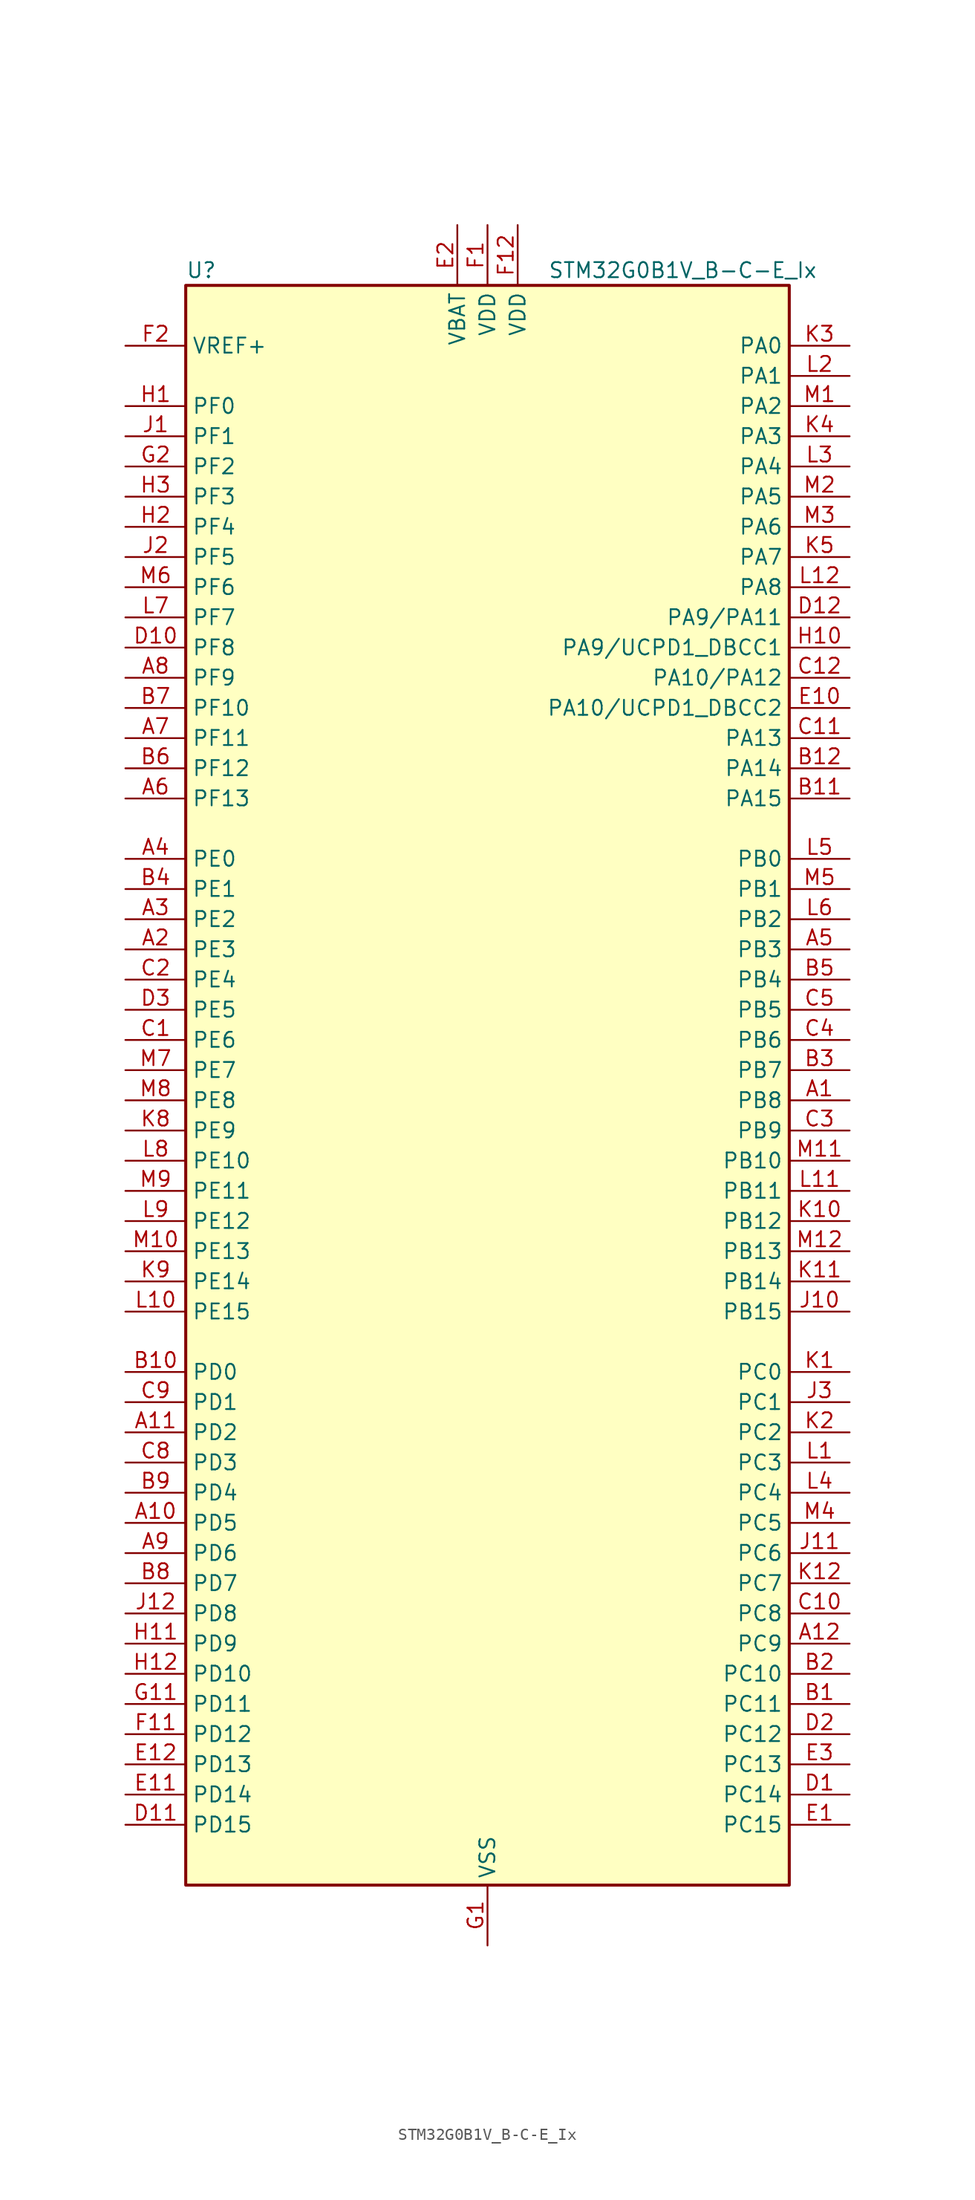
<source format=kicad_sym>
(kicad_symbol_lib
  (version 20231120)
  (generator "kicad-library-utils")
  (generator_version "8.0")
  (symbol "STM32G0B1V_B-C-E_Ix"
    (property "Reference" "U"
      (at -25.4 69.85 0)
      (effects (font (size 1.27 1.27)) (justify left)))
    (property "Value" "STM32G0B1V_B-C-E_Ix"
      (at 5.08 69.85 0)
      (effects (font (size 1.27 1.27)) (justify left)))
    (symbol "STM32G0B1V_B-C-E_Ix_0_1"
      (rectangle (start -25.4 -66.04) (end 25.4 68.58) (stroke (width 0.254) (type default)) (fill (type background))))
    (symbol "STM32G0B1V_B-C-E_Ix_1_1"
      (pin bidirectional line (at 30.48 0 180) (length 5.08) (name "PB8" (effects (font (size 1.27 1.27)))) (number "A1" (effects (font (size 1.27 1.27)))) (alternate "CEC" bidirectional line) (alternate "FDCAN1_RX" bidirectional line) (alternate "I2C1_SCL" bidirectional line) (alternate "I2S2_CK" bidirectional line) (alternate "SPI2_SCK" bidirectional line) (alternate "TIM15_BK" bidirectional line) (alternate "TIM16_CH1" bidirectional line) (alternate "TIM4_CH3" bidirectional line) (alternate "USART3_TX" bidirectional line) (alternate "USART6_TX" bidirectional line))
      (pin bidirectional line (at -30.48 -35.56 0) (length 5.08) (name "PD5" (effects (font (size 1.27 1.27)))) (number "A10" (effects (font (size 1.27 1.27)))) (alternate "I2S1_MCK" bidirectional line) (alternate "SPI1_MISO" bidirectional line) (alternate "TIM1_BK" bidirectional line) (alternate "USART2_TX" bidirectional line) (alternate "USART5_CTS" bidirectional line) (alternate "USART5_NSS" bidirectional line))
      (pin bidirectional line (at -30.48 -27.94 0) (length 5.08) (name "PD2" (effects (font (size 1.27 1.27)))) (number "A11" (effects (font (size 1.27 1.27)))) (alternate "TIM1_CH1N" bidirectional line) (alternate "TIM3_ETR" bidirectional line) (alternate "UCPD2_CC2" bidirectional line) (alternate "USART3_CK" bidirectional line) (alternate "USART3_DE" bidirectional line) (alternate "USART3_RTS" bidirectional line) (alternate "USART5_RX" bidirectional line))
      (pin bidirectional line (at 30.48 -45.72 180) (length 5.08) (name "PC9" (effects (font (size 1.27 1.27)))) (number "A12" (effects (font (size 1.27 1.27)))) (alternate "DAC1_EXTI9" bidirectional line) (alternate "I2S_CKIN" bidirectional line) (alternate "LPUART2_DE" bidirectional line) (alternate "LPUART2_RTS" bidirectional line) (alternate "TIM1_CH2" bidirectional line) (alternate "TIM3_CH4" bidirectional line) (alternate "USB_NOE" bidirectional line))
      (pin bidirectional line (at -30.48 12.7 0) (length 5.08) (name "PE3" (effects (font (size 1.27 1.27)))) (number "A2" (effects (font (size 1.27 1.27)))) (alternate "TIM3_CH1" bidirectional line))
      (pin bidirectional line (at -30.48 15.24 0) (length 5.08) (name "PE2" (effects (font (size 1.27 1.27)))) (number "A3" (effects (font (size 1.27 1.27)))) (alternate "TIM3_ETR" bidirectional line))
      (pin bidirectional line (at -30.48 20.32 0) (length 5.08) (name "PE0" (effects (font (size 1.27 1.27)))) (number "A4" (effects (font (size 1.27 1.27)))) (alternate "TIM16_CH1" bidirectional line) (alternate "TIM4_ETR" bidirectional line))
      (pin bidirectional line (at 30.48 12.7 180) (length 5.08) (name "PB3" (effects (font (size 1.27 1.27)))) (number "A5" (effects (font (size 1.27 1.27)))) (alternate "COMP2_INM" bidirectional line) (alternate "I2C2_SCL" bidirectional line) (alternate "I2C3_SCL" bidirectional line) (alternate "I2S1_CK" bidirectional line) (alternate "SPI1_SCK" bidirectional line) (alternate "SPI3_SCK" bidirectional line) (alternate "TIM1_CH2" bidirectional line) (alternate "TIM2_CH2" bidirectional line) (alternate "USART1_CK" bidirectional line) (alternate "USART1_DE" bidirectional line) (alternate "USART1_RTS" bidirectional line) (alternate "USART5_TX" bidirectional line))
      (pin bidirectional line (at -30.48 25.4 0) (length 5.08) (name "PF13" (effects (font (size 1.27 1.27)))) (number "A6" (effects (font (size 1.27 1.27)))) (alternate "TIM15_CH2" bidirectional line))
      (pin bidirectional line (at -30.48 30.48 0) (length 5.08) (name "PF11" (effects (font (size 1.27 1.27)))) (number "A7" (effects (font (size 1.27 1.27)))) (alternate "ADC1_EXTI11" bidirectional line) (alternate "USART6_CK" bidirectional line) (alternate "USART6_DE" bidirectional line) (alternate "USART6_RTS" bidirectional line))
      (pin bidirectional line (at -30.48 35.56 0) (length 5.08) (name "PF9" (effects (font (size 1.27 1.27)))) (number "A8" (effects (font (size 1.27 1.27)))) (alternate "DAC1_EXTI9" bidirectional line) (alternate "USART6_TX" bidirectional line))
      (pin bidirectional line (at -30.48 -38.1 0) (length 5.08) (name "PD6" (effects (font (size 1.27 1.27)))) (number "A9" (effects (font (size 1.27 1.27)))) (alternate "I2S1_SD" bidirectional line) (alternate "LPTIM2_OUT" bidirectional line) (alternate "SPI1_MOSI" bidirectional line) (alternate "USART2_RX" bidirectional line))
      (pin bidirectional line (at 30.48 -50.8 180) (length 5.08) (name "PC11" (effects (font (size 1.27 1.27)))) (number "B1" (effects (font (size 1.27 1.27)))) (alternate "ADC1_EXTI11" bidirectional line) (alternate "SPI3_MISO" bidirectional line) (alternate "TIM1_CH4" bidirectional line) (alternate "USART3_RX" bidirectional line) (alternate "USART4_RX" bidirectional line))
      (pin bidirectional line (at -30.48 -22.86 0) (length 5.08) (name "PD0" (effects (font (size 1.27 1.27)))) (number "B10" (effects (font (size 1.27 1.27)))) (alternate "FDCAN1_RX" bidirectional line) (alternate "I2S2_WS" bidirectional line) (alternate "SPI2_NSS" bidirectional line) (alternate "TIM16_CH1" bidirectional line) (alternate "UCPD2_CC1" bidirectional line))
      (pin bidirectional line (at 30.48 25.4 180) (length 5.08) (name "PA15" (effects (font (size 1.27 1.27)))) (number "B11" (effects (font (size 1.27 1.27)))) (alternate "I2C2_SMBA" bidirectional line) (alternate "I2S1_WS" bidirectional line) (alternate "RCC_MCO_2" bidirectional line) (alternate "SPI1_NSS" bidirectional line) (alternate "SPI3_NSS" bidirectional line) (alternate "TIM2_CH1" bidirectional line) (alternate "TIM2_ETR" bidirectional line) (alternate "USART2_RX" bidirectional line) (alternate "USART3_CK" bidirectional line) (alternate "USART3_DE" bidirectional line) (alternate "USART3_RTS" bidirectional line) (alternate "USART4_CK" bidirectional line) (alternate "USART4_DE" bidirectional line) (alternate "USART4_RTS" bidirectional line) (alternate "USB_NOE" bidirectional line))
      (pin bidirectional line (at 30.48 27.94 180) (length 5.08) (name "PA14" (effects (font (size 1.27 1.27)))) (number "B12" (effects (font (size 1.27 1.27)))) (alternate "LPUART2_TX" bidirectional line) (alternate "SYS_SWCLK" bidirectional line) (alternate "USART2_TX" bidirectional line))
      (pin bidirectional line (at 30.48 -48.26 180) (length 5.08) (name "PC10" (effects (font (size 1.27 1.27)))) (number "B2" (effects (font (size 1.27 1.27)))) (alternate "SPI3_SCK" bidirectional line) (alternate "TIM1_CH3" bidirectional line) (alternate "USART3_TX" bidirectional line) (alternate "USART4_TX" bidirectional line))
      (pin bidirectional line (at 30.48 2.54 180) (length 5.08) (name "PB7" (effects (font (size 1.27 1.27)))) (number "B3" (effects (font (size 1.27 1.27)))) (alternate "COMP2_INM" bidirectional line) (alternate "I2C1_SDA" bidirectional line) (alternate "I2S2_SD" bidirectional line) (alternate "LPTIM1_IN2" bidirectional line) (alternate "LPUART2_RX" bidirectional line) (alternate "SPI2_MOSI" bidirectional line) (alternate "SYS_PVD_IN" bidirectional line) (alternate "TIM17_CH1N" bidirectional line) (alternate "TIM4_CH2" bidirectional line) (alternate "USART1_RX" bidirectional line) (alternate "USART4_CTS" bidirectional line) (alternate "USART4_NSS" bidirectional line))
      (pin bidirectional line (at -30.48 17.78 0) (length 5.08) (name "PE1" (effects (font (size 1.27 1.27)))) (number "B4" (effects (font (size 1.27 1.27)))) (alternate "TIM17_CH1" bidirectional line))
      (pin bidirectional line (at 30.48 10.16 180) (length 5.08) (name "PB4" (effects (font (size 1.27 1.27)))) (number "B5" (effects (font (size 1.27 1.27)))) (alternate "COMP2_INP" bidirectional line) (alternate "I2C2_SDA" bidirectional line) (alternate "I2C3_SDA" bidirectional line) (alternate "I2S1_MCK" bidirectional line) (alternate "SPI1_MISO" bidirectional line) (alternate "SPI3_MISO" bidirectional line) (alternate "TIM17_BK" bidirectional line) (alternate "TIM3_CH1" bidirectional line) (alternate "USART1_CTS" bidirectional line) (alternate "USART1_NSS" bidirectional line) (alternate "USART5_RX" bidirectional line))
      (pin bidirectional line (at -30.48 27.94 0) (length 5.08) (name "PF12" (effects (font (size 1.27 1.27)))) (number "B6" (effects (font (size 1.27 1.27)))) (alternate "TIM15_CH1" bidirectional line) (alternate "USART6_CTS" bidirectional line) (alternate "USART6_NSS" bidirectional line))
      (pin bidirectional line (at -30.48 33.02 0) (length 5.08) (name "PF10" (effects (font (size 1.27 1.27)))) (number "B7" (effects (font (size 1.27 1.27)))) (alternate "USART6_RX" bidirectional line))
      (pin bidirectional line (at -30.48 -40.64 0) (length 5.08) (name "PD7" (effects (font (size 1.27 1.27)))) (number "B8" (effects (font (size 1.27 1.27)))) (alternate "RCC_MCO_2" bidirectional line))
      (pin bidirectional line (at -30.48 -33.02 0) (length 5.08) (name "PD4" (effects (font (size 1.27 1.27)))) (number "B9" (effects (font (size 1.27 1.27)))) (alternate "I2S2_SD" bidirectional line) (alternate "SPI2_MOSI" bidirectional line) (alternate "TIM1_CH3N" bidirectional line) (alternate "USART2_CK" bidirectional line) (alternate "USART2_DE" bidirectional line) (alternate "USART2_RTS" bidirectional line) (alternate "USART5_CK" bidirectional line) (alternate "USART5_DE" bidirectional line) (alternate "USART5_RTS" bidirectional line))
      (pin bidirectional line (at -30.48 5.08 0) (length 5.08) (name "PE6" (effects (font (size 1.27 1.27)))) (number "C1" (effects (font (size 1.27 1.27)))) (alternate "RTC_TAMP_IN3" bidirectional line) (alternate "SYS_WKUP3" bidirectional line) (alternate "TIM3_CH4" bidirectional line))
      (pin bidirectional line (at 30.48 -43.18 180) (length 5.08) (name "PC8" (effects (font (size 1.27 1.27)))) (number "C10" (effects (font (size 1.27 1.27)))) (alternate "LPUART2_CTS" bidirectional line) (alternate "TIM1_CH1" bidirectional line) (alternate "TIM3_CH3" bidirectional line) (alternate "UCPD2_FRSTX1" bidirectional line) (alternate "UCPD2_FRSTX2" bidirectional line))
      (pin bidirectional line (at 30.48 30.48 180) (length 5.08) (name "PA13" (effects (font (size 1.27 1.27)))) (number "C11" (effects (font (size 1.27 1.27)))) (alternate "IR_OUT" bidirectional line) (alternate "LPUART2_RX" bidirectional line) (alternate "SYS_SWDIO" bidirectional line) (alternate "USB_NOE" bidirectional line))
      (pin bidirectional line (at 30.48 35.56 180) (length 5.08) (name "PA10/PA12" (effects (font (size 1.27 1.27)))) (number "C12" (effects (font (size 1.27 1.27)))) (alternate "PA10" bidirectional line) (alternate "I2C1_SDA (PA10)" bidirectional line) (alternate "I2C2_SDA (PA10)" bidirectional line) (alternate "I2S2_SD (PA10)" bidirectional line) (alternate "RCC_MCO_2 (PA10)" bidirectional line) (alternate "SPI2_MOSI (PA10)" bidirectional line) (alternate "TIM17_BK (PA10)" bidirectional line) (alternate "TIM1_CH3 (PA10)" bidirectional line) (alternate "UCPD1_DBCC2 (PA10)" bidirectional line) (alternate "USART1_RX (PA10)" bidirectional line) (alternate "PA12" bidirectional line) (alternate "COMP2_OUT (PA12)" bidirectional line) (alternate "FDCAN1_TX (PA12)" bidirectional line) (alternate "I2C2_SDA (PA12)" bidirectional line) (alternate "I2S1_SD (PA12)" bidirectional line) (alternate "I2S_CKIN (PA12)" bidirectional line) (alternate "SPI1_MOSI (PA12)" bidirectional line) (alternate "TIM1_ETR (PA12)" bidirectional line) (alternate "USART1_CK (PA12)" bidirectional line) (alternate "USART1_DE (PA12)" bidirectional line) (alternate "USART1_RTS (PA12)" bidirectional line) (alternate "USB_DP (PA12)" bidirectional line))
      (pin bidirectional line (at -30.48 10.16 0) (length 5.08) (name "PE4" (effects (font (size 1.27 1.27)))) (number "C2" (effects (font (size 1.27 1.27)))) (alternate "TIM3_CH2" bidirectional line))
      (pin bidirectional line (at 30.48 -2.54 180) (length 5.08) (name "PB9" (effects (font (size 1.27 1.27)))) (number "C3" (effects (font (size 1.27 1.27)))) (alternate "DAC1_EXTI9" bidirectional line) (alternate "FDCAN1_TX" bidirectional line) (alternate "I2C1_SDA" bidirectional line) (alternate "I2S2_WS" bidirectional line) (alternate "IR_OUT" bidirectional line) (alternate "SPI2_NSS" bidirectional line) (alternate "TIM17_CH1" bidirectional line) (alternate "TIM4_CH4" bidirectional line) (alternate "UCPD2_FRSTX1" bidirectional line) (alternate "UCPD2_FRSTX2" bidirectional line) (alternate "USART3_RX" bidirectional line) (alternate "USART6_RX" bidirectional line))
      (pin bidirectional line (at 30.48 5.08 180) (length 5.08) (name "PB6" (effects (font (size 1.27 1.27)))) (number "C4" (effects (font (size 1.27 1.27)))) (alternate "COMP2_INP" bidirectional line) (alternate "FDCAN2_TX" bidirectional line) (alternate "I2C1_SCL" bidirectional line) (alternate "I2S2_MCK" bidirectional line) (alternate "LPTIM1_ETR" bidirectional line) (alternate "LPUART2_TX" bidirectional line) (alternate "SPI2_MISO" bidirectional line) (alternate "TIM16_CH1N" bidirectional line) (alternate "TIM1_CH3" bidirectional line) (alternate "TIM4_CH1" bidirectional line) (alternate "USART1_TX" bidirectional line) (alternate "USART5_CTS" bidirectional line) (alternate "USART5_NSS" bidirectional line))
      (pin bidirectional line (at 30.48 7.62 180) (length 5.08) (name "PB5" (effects (font (size 1.27 1.27)))) (number "C5" (effects (font (size 1.27 1.27)))) (alternate "COMP2_OUT" bidirectional line) (alternate "FDCAN2_RX" bidirectional line) (alternate "I2C1_SMBA" bidirectional line) (alternate "I2S1_SD" bidirectional line) (alternate "LPTIM1_IN1" bidirectional line) (alternate "SPI1_MOSI" bidirectional line) (alternate "SPI3_MOSI" bidirectional line) (alternate "SYS_WKUP6" bidirectional line) (alternate "TIM16_BK" bidirectional line) (alternate "TIM3_CH2" bidirectional line) (alternate "USART5_CK" bidirectional line) (alternate "USART5_DE" bidirectional line) (alternate "USART5_RTS" bidirectional line))
      (pin bidirectional line (at -30.48 -30.48 0) (length 5.08) (name "PD3" (effects (font (size 1.27 1.27)))) (number "C8" (effects (font (size 1.27 1.27)))) (alternate "I2S2_MCK" bidirectional line) (alternate "SPI2_MISO" bidirectional line) (alternate "TIM1_CH2N" bidirectional line) (alternate "UCPD2_DBCC2" bidirectional line) (alternate "USART2_CTS" bidirectional line) (alternate "USART2_NSS" bidirectional line) (alternate "USART5_TX" bidirectional line))
      (pin bidirectional line (at -30.48 -25.4 0) (length 5.08) (name "PD1" (effects (font (size 1.27 1.27)))) (number "C9" (effects (font (size 1.27 1.27)))) (alternate "FDCAN1_TX" bidirectional line) (alternate "I2S2_CK" bidirectional line) (alternate "SPI2_SCK" bidirectional line) (alternate "TIM17_CH1" bidirectional line) (alternate "UCPD2_DBCC1" bidirectional line))
      (pin bidirectional line (at 30.48 -58.42 180) (length 5.08) (name "PC14" (effects (font (size 1.27 1.27)))) (number "D1" (effects (font (size 1.27 1.27)))) (alternate "RCC_OSC32_IN" bidirectional line) (alternate "TIM1_BK2" bidirectional line))
      (pin bidirectional line (at -30.48 38.1 0) (length 5.08) (name "PF8" (effects (font (size 1.27 1.27)))) (number "D10" (effects (font (size 1.27 1.27)))))
      (pin bidirectional line (at -30.48 -60.96 0) (length 5.08) (name "PD15" (effects (font (size 1.27 1.27)))) (number "D11" (effects (font (size 1.27 1.27)))) (alternate "CRS1_SYNC" bidirectional line) (alternate "FDCAN2_TX" bidirectional line) (alternate "LPUART2_DE" bidirectional line) (alternate "LPUART2_RTS" bidirectional line) (alternate "TIM4_CH4" bidirectional line))
      (pin bidirectional line (at 30.48 40.64 180) (length 5.08) (name "PA9/PA11" (effects (font (size 1.27 1.27)))) (number "D12" (effects (font (size 1.27 1.27)))) (alternate "PA9" bidirectional line) (alternate "DAC1_EXTI9 (PA9)" bidirectional line) (alternate "I2C1_SCL (PA9)" bidirectional line) (alternate "I2C2_SCL (PA9)" bidirectional line) (alternate "I2S2_MCK (PA9)" bidirectional line) (alternate "RCC_MCO (PA9)" bidirectional line) (alternate "SPI2_MISO (PA9)" bidirectional line) (alternate "TIM15_BK (PA9)" bidirectional line) (alternate "TIM1_CH2 (PA9)" bidirectional line) (alternate "UCPD1_DBCC1 (PA9)" bidirectional line) (alternate "USART1_TX (PA9)" bidirectional line) (alternate "PA11" bidirectional line) (alternate "ADC1_EXTI11 (PA11)" bidirectional line) (alternate "COMP1_OUT (PA11)" bidirectional line) (alternate "FDCAN1_RX (PA11)" bidirectional line) (alternate "I2C2_SCL (PA11)" bidirectional line) (alternate "I2S1_MCK (PA11)" bidirectional line) (alternate "SPI1_MISO (PA11)" bidirectional line) (alternate "TIM1_BK2 (PA11)" bidirectional line) (alternate "TIM1_CH4 (PA11)" bidirectional line) (alternate "USART1_CTS (PA11)" bidirectional line) (alternate "USART1_NSS (PA11)" bidirectional line) (alternate "USB_DM (PA11)" bidirectional line))
      (pin bidirectional line (at 30.48 -53.34 180) (length 5.08) (name "PC12" (effects (font (size 1.27 1.27)))) (number "D2" (effects (font (size 1.27 1.27)))) (alternate "LPTIM1_IN1" bidirectional line) (alternate "SPI3_MOSI" bidirectional line) (alternate "TIM14_CH1" bidirectional line) (alternate "UCPD1_FRSTX1" bidirectional line) (alternate "UCPD1_FRSTX2" bidirectional line) (alternate "USART5_TX" bidirectional line))
      (pin bidirectional line (at -30.48 7.62 0) (length 5.08) (name "PE5" (effects (font (size 1.27 1.27)))) (number "D3" (effects (font (size 1.27 1.27)))) (alternate "TIM3_CH3" bidirectional line))
      (pin bidirectional line (at 30.48 -60.96 180) (length 5.08) (name "PC15" (effects (font (size 1.27 1.27)))) (number "E1" (effects (font (size 1.27 1.27)))) (alternate "RCC_OSC32_EN" bidirectional line) (alternate "RCC_OSC32_OUT" bidirectional line) (alternate "RCC_OSC_EN" bidirectional line) (alternate "TIM15_BK" bidirectional line))
      (pin bidirectional line (at 30.48 33.02 180) (length 5.08) (name "PA10/UCPD1_DBCC2" (effects (font (size 1.27 1.27)))) (number "E10" (effects (font (size 1.27 1.27)))) (alternate "PA10" bidirectional line) (alternate "I2C1_SDA (PA10)" bidirectional line) (alternate "I2C2_SDA (PA10)" bidirectional line) (alternate "I2S2_SD (PA10)" bidirectional line) (alternate "RCC_MCO_2 (PA10)" bidirectional line) (alternate "SPI2_MOSI (PA10)" bidirectional line) (alternate "TIM17_BK (PA10)" bidirectional line) (alternate "TIM1_CH3 (PA10)" bidirectional line) (alternate "UCPD1_DBCC2 (PA10)" bidirectional line) (alternate "USART1_RX (PA10)" bidirectional line) (alternate "UCPD1_DBCC2" bidirectional line) (alternate "UCPD1_DBCC2 (UCPD1_DBCC2)" bidirectional line))
      (pin bidirectional line (at -30.48 -58.42 0) (length 5.08) (name "PD14" (effects (font (size 1.27 1.27)))) (number "E11" (effects (font (size 1.27 1.27)))) (alternate "FDCAN2_RX" bidirectional line) (alternate "LPUART2_CTS" bidirectional line) (alternate "TIM4_CH3" bidirectional line))
      (pin bidirectional line (at -30.48 -55.88 0) (length 5.08) (name "PD13" (effects (font (size 1.27 1.27)))) (number "E12" (effects (font (size 1.27 1.27)))) (alternate "FDCAN1_TX" bidirectional line) (alternate "LPTIM2_OUT" bidirectional line) (alternate "TIM4_CH2" bidirectional line))
      (pin power_in line (at -2.54 73.66 270) (length 5.08) (name "VBAT" (effects (font (size 1.27 1.27)))) (number "E2" (effects (font (size 1.27 1.27)))))
      (pin bidirectional line (at 30.48 -55.88 180) (length 5.08) (name "PC13" (effects (font (size 1.27 1.27)))) (number "E3" (effects (font (size 1.27 1.27)))) (alternate "RTC_OUT1" bidirectional line) (alternate "RTC_TAMP_IN1" bidirectional line) (alternate "RTC_TS" bidirectional line) (alternate "SYS_WKUP2" bidirectional line) (alternate "TIM1_BK" bidirectional line))
      (pin power_in line (at 0 73.66 270) (length 5.08) (name "VDD" (effects (font (size 1.27 1.27)))) (number "F1" (effects (font (size 1.27 1.27)))))
      (pin bidirectional line (at -30.48 -53.34 0) (length 5.08) (name "PD12" (effects (font (size 1.27 1.27)))) (number "F11" (effects (font (size 1.27 1.27)))) (alternate "FDCAN1_RX" bidirectional line) (alternate "LPTIM2_IN1" bidirectional line) (alternate "TIM4_CH1" bidirectional line) (alternate "USART3_CK" bidirectional line) (alternate "USART3_DE" bidirectional line) (alternate "USART3_RTS" bidirectional line))
      (pin power_in line (at 2.54 73.66 270) (length 5.08) (name "VDD" (effects (font (size 1.27 1.27)))) (number "F12" (effects (font (size 1.27 1.27)))))
      (pin input line (at -30.48 63.5 0) (length 5.08) (name "VREF+" (effects (font (size 1.27 1.27)))) (number "F2" (effects (font (size 1.27 1.27)))) (alternate "VREFBUF_OUT" bidirectional line))
      (pin power_in line (at 0 -71.12 90) (length 5.08) (name "VSS" (effects (font (size 1.27 1.27)))) (number "G1" (effects (font (size 1.27 1.27)))))
      (pin bidirectional line (at -30.48 -50.8 0) (length 5.08) (name "PD11" (effects (font (size 1.27 1.27)))) (number "G11" (effects (font (size 1.27 1.27)))) (alternate "ADC1_EXTI11" bidirectional line) (alternate "LPTIM2_ETR" bidirectional line) (alternate "USART3_CTS" bidirectional line) (alternate "USART3_NSS" bidirectional line))
      (pin passive line (at 0 -71.12 90) (length 5.08) hide (name "VSS" (effects (font (size 1.27 1.27)))) (number "G12" (effects (font (size 1.27 1.27)))))
      (pin bidirectional line (at -30.48 53.34 0) (length 5.08) (name "PF2" (effects (font (size 1.27 1.27)))) (number "G2" (effects (font (size 1.27 1.27)))) (alternate "LPUART2_DE" bidirectional line) (alternate "LPUART2_RTS" bidirectional line) (alternate "LPUART2_TX" bidirectional line) (alternate "RCC_MCO" bidirectional line))
      (pin bidirectional line (at -30.48 58.42 0) (length 5.08) (name "PF0" (effects (font (size 1.27 1.27)))) (number "H1" (effects (font (size 1.27 1.27)))) (alternate "CRS1_SYNC" bidirectional line) (alternate "RCC_OSC_IN" bidirectional line) (alternate "TIM14_CH1" bidirectional line))
      (pin bidirectional line (at 30.48 38.1 180) (length 5.08) (name "PA9/UCPD1_DBCC1" (effects (font (size 1.27 1.27)))) (number "H10" (effects (font (size 1.27 1.27)))) (alternate "PA9" bidirectional line) (alternate "DAC1_EXTI9 (PA9)" bidirectional line) (alternate "I2C1_SCL (PA9)" bidirectional line) (alternate "I2C2_SCL (PA9)" bidirectional line) (alternate "I2S2_MCK (PA9)" bidirectional line) (alternate "RCC_MCO (PA9)" bidirectional line) (alternate "SPI2_MISO (PA9)" bidirectional line) (alternate "TIM15_BK (PA9)" bidirectional line) (alternate "TIM1_CH2 (PA9)" bidirectional line) (alternate "UCPD1_DBCC1 (PA9)" bidirectional line) (alternate "USART1_TX (PA9)" bidirectional line) (alternate "UCPD1_DBCC1" bidirectional line) (alternate "UCPD1_DBCC1 (UCPD1_DBCC1)" bidirectional line))
      (pin bidirectional line (at -30.48 -45.72 0) (length 5.08) (name "PD9" (effects (font (size 1.27 1.27)))) (number "H11" (effects (font (size 1.27 1.27)))) (alternate "DAC1_EXTI9" bidirectional line) (alternate "I2S1_WS" bidirectional line) (alternate "SPI1_NSS" bidirectional line) (alternate "TIM1_BK2" bidirectional line) (alternate "USART3_RX" bidirectional line))
      (pin bidirectional line (at -30.48 -48.26 0) (length 5.08) (name "PD10" (effects (font (size 1.27 1.27)))) (number "H12" (effects (font (size 1.27 1.27)))) (alternate "RCC_MCO" bidirectional line))
      (pin bidirectional line (at -30.48 48.26 0) (length 5.08) (name "PF4" (effects (font (size 1.27 1.27)))) (number "H2" (effects (font (size 1.27 1.27)))) (alternate "LPUART1_TX" bidirectional line))
      (pin bidirectional line (at -30.48 50.8 0) (length 5.08) (name "PF3" (effects (font (size 1.27 1.27)))) (number "H3" (effects (font (size 1.27 1.27)))) (alternate "LPUART2_RX" bidirectional line) (alternate "USART6_CK" bidirectional line) (alternate "USART6_DE" bidirectional line) (alternate "USART6_RTS" bidirectional line))
      (pin bidirectional line (at -30.48 55.88 0) (length 5.08) (name "PF1" (effects (font (size 1.27 1.27)))) (number "J1" (effects (font (size 1.27 1.27)))) (alternate "RCC_OSC_EN" bidirectional line) (alternate "RCC_OSC_OUT" bidirectional line) (alternate "TIM15_CH1N" bidirectional line))
      (pin bidirectional line (at 30.48 -17.78 180) (length 5.08) (name "PB15" (effects (font (size 1.27 1.27)))) (number "J10" (effects (font (size 1.27 1.27)))) (alternate "I2S2_SD" bidirectional line) (alternate "RTC_REFIN" bidirectional line) (alternate "SPI2_MOSI" bidirectional line) (alternate "TIM15_CH1N" bidirectional line) (alternate "TIM15_CH2" bidirectional line) (alternate "TIM1_CH3N" bidirectional line) (alternate "UCPD1_CC2" bidirectional line) (alternate "USART6_CTS" bidirectional line) (alternate "USART6_NSS" bidirectional line))
      (pin bidirectional line (at 30.48 -38.1 180) (length 5.08) (name "PC6" (effects (font (size 1.27 1.27)))) (number "J11" (effects (font (size 1.27 1.27)))) (alternate "LPUART2_TX" bidirectional line) (alternate "TIM2_CH3" bidirectional line) (alternate "TIM3_CH1" bidirectional line) (alternate "UCPD1_FRSTX1" bidirectional line) (alternate "UCPD1_FRSTX2" bidirectional line))
      (pin bidirectional line (at -30.48 -43.18 0) (length 5.08) (name "PD8" (effects (font (size 1.27 1.27)))) (number "J12" (effects (font (size 1.27 1.27)))) (alternate "I2S1_CK" bidirectional line) (alternate "LPTIM1_OUT" bidirectional line) (alternate "SPI1_SCK" bidirectional line) (alternate "USART3_TX" bidirectional line))
      (pin bidirectional line (at -30.48 45.72 0) (length 5.08) (name "PF5" (effects (font (size 1.27 1.27)))) (number "J2" (effects (font (size 1.27 1.27)))) (alternate "LPUART1_RX" bidirectional line))
      (pin bidirectional line (at 30.48 -25.4 180) (length 5.08) (name "PC1" (effects (font (size 1.27 1.27)))) (number "J3" (effects (font (size 1.27 1.27)))) (alternate "COMP3_INP" bidirectional line) (alternate "I2C3_SDA" bidirectional line) (alternate "LPTIM1_OUT" bidirectional line) (alternate "LPUART1_TX" bidirectional line) (alternate "LPUART2_RX" bidirectional line) (alternate "TIM15_CH1" bidirectional line) (alternate "USART6_RX" bidirectional line))
      (pin bidirectional line (at 30.48 -22.86 180) (length 5.08) (name "PC0" (effects (font (size 1.27 1.27)))) (number "K1" (effects (font (size 1.27 1.27)))) (alternate "COMP3_INM" bidirectional line) (alternate "COMP3_OUT" bidirectional line) (alternate "I2C3_SCL" bidirectional line) (alternate "LPTIM1_IN1" bidirectional line) (alternate "LPTIM2_IN1" bidirectional line) (alternate "LPUART1_RX" bidirectional line) (alternate "LPUART2_TX" bidirectional line) (alternate "USART6_TX" bidirectional line))
      (pin bidirectional line (at 30.48 -10.16 180) (length 5.08) (name "PB12" (effects (font (size 1.27 1.27)))) (number "K10" (effects (font (size 1.27 1.27)))) (alternate "ADC1_IN16" bidirectional line) (alternate "FDCAN2_RX" bidirectional line) (alternate "I2C2_SMBA" bidirectional line) (alternate "I2S2_WS" bidirectional line) (alternate "LPUART1_DE" bidirectional line) (alternate "LPUART1_RTS" bidirectional line) (alternate "SPI2_NSS" bidirectional line) (alternate "TIM15_BK" bidirectional line) (alternate "TIM1_BK" bidirectional line) (alternate "UCPD2_FRSTX1" bidirectional line) (alternate "UCPD2_FRSTX2" bidirectional line))
      (pin bidirectional line (at 30.48 -15.24 180) (length 5.08) (name "PB14" (effects (font (size 1.27 1.27)))) (number "K11" (effects (font (size 1.27 1.27)))) (alternate "I2C2_SDA" bidirectional line) (alternate "I2S2_MCK" bidirectional line) (alternate "SPI2_MISO" bidirectional line) (alternate "TIM15_CH1" bidirectional line) (alternate "TIM1_CH2N" bidirectional line) (alternate "UCPD1_FRSTX1" bidirectional line) (alternate "UCPD1_FRSTX2" bidirectional line) (alternate "USART3_CK" bidirectional line) (alternate "USART3_DE" bidirectional line) (alternate "USART3_RTS" bidirectional line) (alternate "USART6_CK" bidirectional line) (alternate "USART6_DE" bidirectional line) (alternate "USART6_RTS" bidirectional line))
      (pin bidirectional line (at 30.48 -40.64 180) (length 5.08) (name "PC7" (effects (font (size 1.27 1.27)))) (number "K12" (effects (font (size 1.27 1.27)))) (alternate "LPUART2_RX" bidirectional line) (alternate "TIM2_CH4" bidirectional line) (alternate "TIM3_CH2" bidirectional line) (alternate "UCPD2_FRSTX1" bidirectional line) (alternate "UCPD2_FRSTX2" bidirectional line))
      (pin bidirectional line (at 30.48 -27.94 180) (length 5.08) (name "PC2" (effects (font (size 1.27 1.27)))) (number "K2" (effects (font (size 1.27 1.27)))) (alternate "COMP3_OUT" bidirectional line) (alternate "FDCAN2_RX" bidirectional line) (alternate "I2S2_MCK" bidirectional line) (alternate "LPTIM1_IN2" bidirectional line) (alternate "SPI2_MISO" bidirectional line) (alternate "TIM15_CH2" bidirectional line))
      (pin bidirectional line (at 30.48 63.5 180) (length 5.08) (name "PA0" (effects (font (size 1.27 1.27)))) (number "K3" (effects (font (size 1.27 1.27)))) (alternate "ADC1_IN0" bidirectional line) (alternate "COMP1_INM" bidirectional line) (alternate "COMP1_OUT" bidirectional line) (alternate "I2S2_CK" bidirectional line) (alternate "LPTIM1_OUT" bidirectional line) (alternate "RTC_TAMP_IN2" bidirectional line) (alternate "SPI2_SCK" bidirectional line) (alternate "SYS_WKUP1" bidirectional line) (alternate "TIM2_CH1" bidirectional line) (alternate "TIM2_ETR" bidirectional line) (alternate "UCPD2_FRSTX1" bidirectional line) (alternate "UCPD2_FRSTX2" bidirectional line) (alternate "USART2_CTS" bidirectional line) (alternate "USART2_NSS" bidirectional line) (alternate "USART4_TX" bidirectional line))
      (pin bidirectional line (at 30.48 55.88 180) (length 5.08) (name "PA3" (effects (font (size 1.27 1.27)))) (number "K4" (effects (font (size 1.27 1.27)))) (alternate "ADC1_IN3" bidirectional line) (alternate "COMP2_INP" bidirectional line) (alternate "I2S2_MCK" bidirectional line) (alternate "LPUART1_RX" bidirectional line) (alternate "SPI2_MISO" bidirectional line) (alternate "TIM15_CH2" bidirectional line) (alternate "TIM2_CH4" bidirectional line) (alternate "UCPD2_FRSTX1" bidirectional line) (alternate "UCPD2_FRSTX2" bidirectional line) (alternate "USART2_RX" bidirectional line))
      (pin bidirectional line (at 30.48 45.72 180) (length 5.08) (name "PA7" (effects (font (size 1.27 1.27)))) (number "K5" (effects (font (size 1.27 1.27)))) (alternate "ADC1_IN7" bidirectional line) (alternate "COMP2_OUT" bidirectional line) (alternate "I2C2_SCL" bidirectional line) (alternate "I2C3_SCL" bidirectional line) (alternate "I2S1_SD" bidirectional line) (alternate "SPI1_MOSI" bidirectional line) (alternate "TIM14_CH1" bidirectional line) (alternate "TIM17_CH1" bidirectional line) (alternate "TIM1_CH1N" bidirectional line) (alternate "TIM3_CH2" bidirectional line) (alternate "UCPD1_FRSTX1" bidirectional line) (alternate "UCPD1_FRSTX2" bidirectional line) (alternate "USART6_CK" bidirectional line) (alternate "USART6_DE" bidirectional line) (alternate "USART6_RTS" bidirectional line))
      (pin bidirectional line (at -30.48 -2.54 0) (length 5.08) (name "PE9" (effects (font (size 1.27 1.27)))) (number "K8" (effects (font (size 1.27 1.27)))) (alternate "DAC1_EXTI9" bidirectional line) (alternate "TIM1_CH1" bidirectional line) (alternate "USART4_RX" bidirectional line))
      (pin bidirectional line (at -30.48 -15.24 0) (length 5.08) (name "PE14" (effects (font (size 1.27 1.27)))) (number "K9" (effects (font (size 1.27 1.27)))) (alternate "I2S1_MCK" bidirectional line) (alternate "SPI1_MISO" bidirectional line) (alternate "TIM1_BK2" bidirectional line) (alternate "TIM1_CH4" bidirectional line))
      (pin bidirectional line (at 30.48 -30.48 180) (length 5.08) (name "PC3" (effects (font (size 1.27 1.27)))) (number "L1" (effects (font (size 1.27 1.27)))) (alternate "FDCAN2_TX" bidirectional line) (alternate "I2S2_SD" bidirectional line) (alternate "LPTIM1_ETR" bidirectional line) (alternate "LPTIM2_ETR" bidirectional line) (alternate "SPI2_MOSI" bidirectional line))
      (pin bidirectional line (at -30.48 -17.78 0) (length 5.08) (name "PE15" (effects (font (size 1.27 1.27)))) (number "L10" (effects (font (size 1.27 1.27)))) (alternate "I2S1_SD" bidirectional line) (alternate "SPI1_MOSI" bidirectional line) (alternate "TIM1_BK" bidirectional line))
      (pin bidirectional line (at 30.48 -7.62 180) (length 5.08) (name "PB11" (effects (font (size 1.27 1.27)))) (number "L11" (effects (font (size 1.27 1.27)))) (alternate "ADC1_EXTI11" bidirectional line) (alternate "ADC1_IN15" bidirectional line) (alternate "COMP2_OUT" bidirectional line) (alternate "I2C2_SDA" bidirectional line) (alternate "I2S2_SD" bidirectional line) (alternate "LPUART1_TX" bidirectional line) (alternate "SPI2_MOSI" bidirectional line) (alternate "TIM2_CH4" bidirectional line) (alternate "USART3_RX" bidirectional line))
      (pin bidirectional line (at 30.48 43.18 180) (length 5.08) (name "PA8" (effects (font (size 1.27 1.27)))) (number "L12" (effects (font (size 1.27 1.27)))) (alternate "CRS1_SYNC" bidirectional line) (alternate "I2C2_SMBA" bidirectional line) (alternate "I2S2_WS" bidirectional line) (alternate "LPTIM2_OUT" bidirectional line) (alternate "RCC_MCO" bidirectional line) (alternate "SPI2_NSS" bidirectional line) (alternate "TIM1_CH1" bidirectional line) (alternate "UCPD1_CC1" bidirectional line))
      (pin bidirectional line (at 30.48 60.96 180) (length 5.08) (name "PA1" (effects (font (size 1.27 1.27)))) (number "L2" (effects (font (size 1.27 1.27)))) (alternate "ADC1_IN1" bidirectional line) (alternate "COMP1_INP" bidirectional line) (alternate "I2C1_SMBA" bidirectional line) (alternate "I2S1_CK" bidirectional line) (alternate "SPI1_SCK" bidirectional line) (alternate "TIM15_CH1N" bidirectional line) (alternate "TIM2_CH2" bidirectional line) (alternate "USART2_CK" bidirectional line) (alternate "USART2_DE" bidirectional line) (alternate "USART2_RTS" bidirectional line) (alternate "USART4_RX" bidirectional line))
      (pin bidirectional line (at 30.48 53.34 180) (length 5.08) (name "PA4" (effects (font (size 1.27 1.27)))) (number "L3" (effects (font (size 1.27 1.27)))) (alternate "ADC1_IN4" bidirectional line) (alternate "DAC1_OUT1" bidirectional line) (alternate "I2S1_WS" bidirectional line) (alternate "I2S2_SD" bidirectional line) (alternate "LPTIM2_OUT" bidirectional line) (alternate "RTC_OUT2" bidirectional line) (alternate "SPI1_NSS" bidirectional line) (alternate "SPI2_MOSI" bidirectional line) (alternate "SPI3_NSS" bidirectional line) (alternate "TIM14_CH1" bidirectional line) (alternate "UCPD2_FRSTX1" bidirectional line) (alternate "UCPD2_FRSTX2" bidirectional line) (alternate "USART6_TX" bidirectional line) (alternate "USB_NOE" bidirectional line))
      (pin bidirectional line (at 30.48 -33.02 180) (length 5.08) (name "PC4" (effects (font (size 1.27 1.27)))) (number "L4" (effects (font (size 1.27 1.27)))) (alternate "ADC1_IN17" bidirectional line) (alternate "COMP1_INM" bidirectional line) (alternate "FDCAN1_RX" bidirectional line) (alternate "TIM2_CH1" bidirectional line) (alternate "TIM2_ETR" bidirectional line) (alternate "USART1_TX" bidirectional line) (alternate "USART3_TX" bidirectional line))
      (pin bidirectional line (at 30.48 20.32 180) (length 5.08) (name "PB0" (effects (font (size 1.27 1.27)))) (number "L5" (effects (font (size 1.27 1.27)))) (alternate "ADC1_IN8" bidirectional line) (alternate "COMP1_OUT" bidirectional line) (alternate "COMP3_INP" bidirectional line) (alternate "FDCAN2_RX" bidirectional line) (alternate "I2S1_WS" bidirectional line) (alternate "LPTIM1_OUT" bidirectional line) (alternate "LPUART2_CTS" bidirectional line) (alternate "SPI1_NSS" bidirectional line) (alternate "TIM1_CH2N" bidirectional line) (alternate "TIM3_CH3" bidirectional line) (alternate "UCPD1_FRSTX1" bidirectional line) (alternate "UCPD1_FRSTX2" bidirectional line) (alternate "USART3_RX" bidirectional line) (alternate "USART5_TX" bidirectional line))
      (pin bidirectional line (at 30.48 15.24 180) (length 5.08) (name "PB2" (effects (font (size 1.27 1.27)))) (number "L6" (effects (font (size 1.27 1.27)))) (alternate "ADC1_IN10" bidirectional line) (alternate "COMP1_INP" bidirectional line) (alternate "COMP3_INM" bidirectional line) (alternate "I2S2_MCK" bidirectional line) (alternate "LPTIM1_OUT" bidirectional line) (alternate "RCC_MCO_2" bidirectional line) (alternate "SPI2_MISO" bidirectional line) (alternate "USART3_TX" bidirectional line))
      (pin bidirectional line (at -30.48 40.64 0) (length 5.08) (name "PF7" (effects (font (size 1.27 1.27)))) (number "L7" (effects (font (size 1.27 1.27)))) (alternate "LPUART1_CTS" bidirectional line) (alternate "USART5_CTS" bidirectional line) (alternate "USART5_NSS" bidirectional line))
      (pin bidirectional line (at -30.48 -5.08 0) (length 5.08) (name "PE10" (effects (font (size 1.27 1.27)))) (number "L8" (effects (font (size 1.27 1.27)))) (alternate "TIM1_CH2N" bidirectional line) (alternate "USART5_TX" bidirectional line))
      (pin bidirectional line (at -30.48 -10.16 0) (length 5.08) (name "PE12" (effects (font (size 1.27 1.27)))) (number "L9" (effects (font (size 1.27 1.27)))) (alternate "I2S1_WS" bidirectional line) (alternate "SPI1_NSS" bidirectional line) (alternate "TIM1_CH3N" bidirectional line))
      (pin bidirectional line (at 30.48 58.42 180) (length 5.08) (name "PA2" (effects (font (size 1.27 1.27)))) (number "M1" (effects (font (size 1.27 1.27)))) (alternate "ADC1_IN2" bidirectional line) (alternate "COMP2_INM" bidirectional line) (alternate "COMP2_OUT" bidirectional line) (alternate "I2S1_SD" bidirectional line) (alternate "LPUART1_TX" bidirectional line) (alternate "RCC_LSCO" bidirectional line) (alternate "SPI1_MOSI" bidirectional line) (alternate "SYS_WKUP4" bidirectional line) (alternate "TIM15_CH1" bidirectional line) (alternate "TIM2_CH3" bidirectional line) (alternate "UCPD1_FRSTX1" bidirectional line) (alternate "UCPD1_FRSTX2" bidirectional line) (alternate "USART2_TX" bidirectional line))
      (pin bidirectional line (at -30.48 -12.7 0) (length 5.08) (name "PE13" (effects (font (size 1.27 1.27)))) (number "M10" (effects (font (size 1.27 1.27)))) (alternate "I2S1_CK" bidirectional line) (alternate "SPI1_SCK" bidirectional line) (alternate "TIM1_CH3" bidirectional line))
      (pin bidirectional line (at 30.48 -5.08 180) (length 5.08) (name "PB10" (effects (font (size 1.27 1.27)))) (number "M11" (effects (font (size 1.27 1.27)))) (alternate "ADC1_IN11" bidirectional line) (alternate "CEC" bidirectional line) (alternate "COMP1_OUT" bidirectional line) (alternate "I2C2_SCL" bidirectional line) (alternate "I2S2_CK" bidirectional line) (alternate "LPUART1_RX" bidirectional line) (alternate "SPI2_SCK" bidirectional line) (alternate "TIM2_CH3" bidirectional line) (alternate "USART3_TX" bidirectional line))
      (pin bidirectional line (at 30.48 -12.7 180) (length 5.08) (name "PB13" (effects (font (size 1.27 1.27)))) (number "M12" (effects (font (size 1.27 1.27)))) (alternate "FDCAN2_TX" bidirectional line) (alternate "I2C2_SCL" bidirectional line) (alternate "I2S2_CK" bidirectional line) (alternate "LPUART1_CTS" bidirectional line) (alternate "SPI2_SCK" bidirectional line) (alternate "TIM15_CH1N" bidirectional line) (alternate "TIM1_CH1N" bidirectional line) (alternate "USART3_CTS" bidirectional line) (alternate "USART3_NSS" bidirectional line))
      (pin bidirectional line (at 30.48 50.8 180) (length 5.08) (name "PA5" (effects (font (size 1.27 1.27)))) (number "M2" (effects (font (size 1.27 1.27)))) (alternate "ADC1_IN5" bidirectional line) (alternate "CEC" bidirectional line) (alternate "DAC1_OUT2" bidirectional line) (alternate "I2S1_CK" bidirectional line) (alternate "LPTIM2_ETR" bidirectional line) (alternate "SPI1_SCK" bidirectional line) (alternate "TIM2_CH1" bidirectional line) (alternate "TIM2_ETR" bidirectional line) (alternate "UCPD1_FRSTX1" bidirectional line) (alternate "UCPD1_FRSTX2" bidirectional line) (alternate "USART3_TX" bidirectional line) (alternate "USART6_RX" bidirectional line))
      (pin bidirectional line (at 30.48 48.26 180) (length 5.08) (name "PA6" (effects (font (size 1.27 1.27)))) (number "M3" (effects (font (size 1.27 1.27)))) (alternate "ADC1_IN6" bidirectional line) (alternate "COMP1_OUT" bidirectional line) (alternate "I2C2_SDA" bidirectional line) (alternate "I2C3_SDA" bidirectional line) (alternate "I2S1_MCK" bidirectional line) (alternate "LPUART1_CTS" bidirectional line) (alternate "SPI1_MISO" bidirectional line) (alternate "TIM16_CH1" bidirectional line) (alternate "TIM1_BK" bidirectional line) (alternate "TIM3_CH1" bidirectional line) (alternate "USART3_CTS" bidirectional line) (alternate "USART3_NSS" bidirectional line) (alternate "USART6_CTS" bidirectional line) (alternate "USART6_NSS" bidirectional line))
      (pin bidirectional line (at 30.48 -35.56 180) (length 5.08) (name "PC5" (effects (font (size 1.27 1.27)))) (number "M4" (effects (font (size 1.27 1.27)))) (alternate "ADC1_IN18" bidirectional line) (alternate "COMP1_INP" bidirectional line) (alternate "FDCAN1_TX" bidirectional line) (alternate "SYS_WKUP5" bidirectional line) (alternate "TIM2_CH2" bidirectional line) (alternate "USART1_RX" bidirectional line) (alternate "USART3_RX" bidirectional line))
      (pin bidirectional line (at 30.48 17.78 180) (length 5.08) (name "PB1" (effects (font (size 1.27 1.27)))) (number "M5" (effects (font (size 1.27 1.27)))) (alternate "ADC1_IN9" bidirectional line) (alternate "COMP1_INM" bidirectional line) (alternate "COMP3_OUT" bidirectional line) (alternate "FDCAN2_TX" bidirectional line) (alternate "LPTIM2_IN1" bidirectional line) (alternate "LPUART1_DE" bidirectional line) (alternate "LPUART1_RTS" bidirectional line) (alternate "LPUART2_DE" bidirectional line) (alternate "LPUART2_RTS" bidirectional line) (alternate "TIM14_CH1" bidirectional line) (alternate "TIM1_CH3N" bidirectional line) (alternate "TIM3_CH4" bidirectional line) (alternate "USART3_CK" bidirectional line) (alternate "USART3_DE" bidirectional line) (alternate "USART3_RTS" bidirectional line) (alternate "USART5_RX" bidirectional line))
      (pin bidirectional line (at -30.48 43.18 0) (length 5.08) (name "PF6" (effects (font (size 1.27 1.27)))) (number "M6" (effects (font (size 1.27 1.27)))) (alternate "LPUART1_DE" bidirectional line) (alternate "LPUART1_RTS" bidirectional line))
      (pin bidirectional line (at -30.48 2.54 0) (length 5.08) (name "PE7" (effects (font (size 1.27 1.27)))) (number "M7" (effects (font (size 1.27 1.27)))) (alternate "COMP3_INP" bidirectional line) (alternate "TIM1_ETR" bidirectional line) (alternate "USART5_CK" bidirectional line) (alternate "USART5_DE" bidirectional line) (alternate "USART5_RTS" bidirectional line))
      (pin bidirectional line (at -30.48 0 0) (length 5.08) (name "PE8" (effects (font (size 1.27 1.27)))) (number "M8" (effects (font (size 1.27 1.27)))) (alternate "COMP3_INM" bidirectional line) (alternate "TIM1_CH1N" bidirectional line) (alternate "USART4_TX" bidirectional line))
      (pin bidirectional line (at -30.48 -7.62 0) (length 5.08) (name "PE11" (effects (font (size 1.27 1.27)))) (number "M9" (effects (font (size 1.27 1.27)))) (alternate "ADC1_EXTI11" bidirectional line) (alternate "TIM1_CH2" bidirectional line) (alternate "USART5_RX" bidirectional line)))))
</source>
